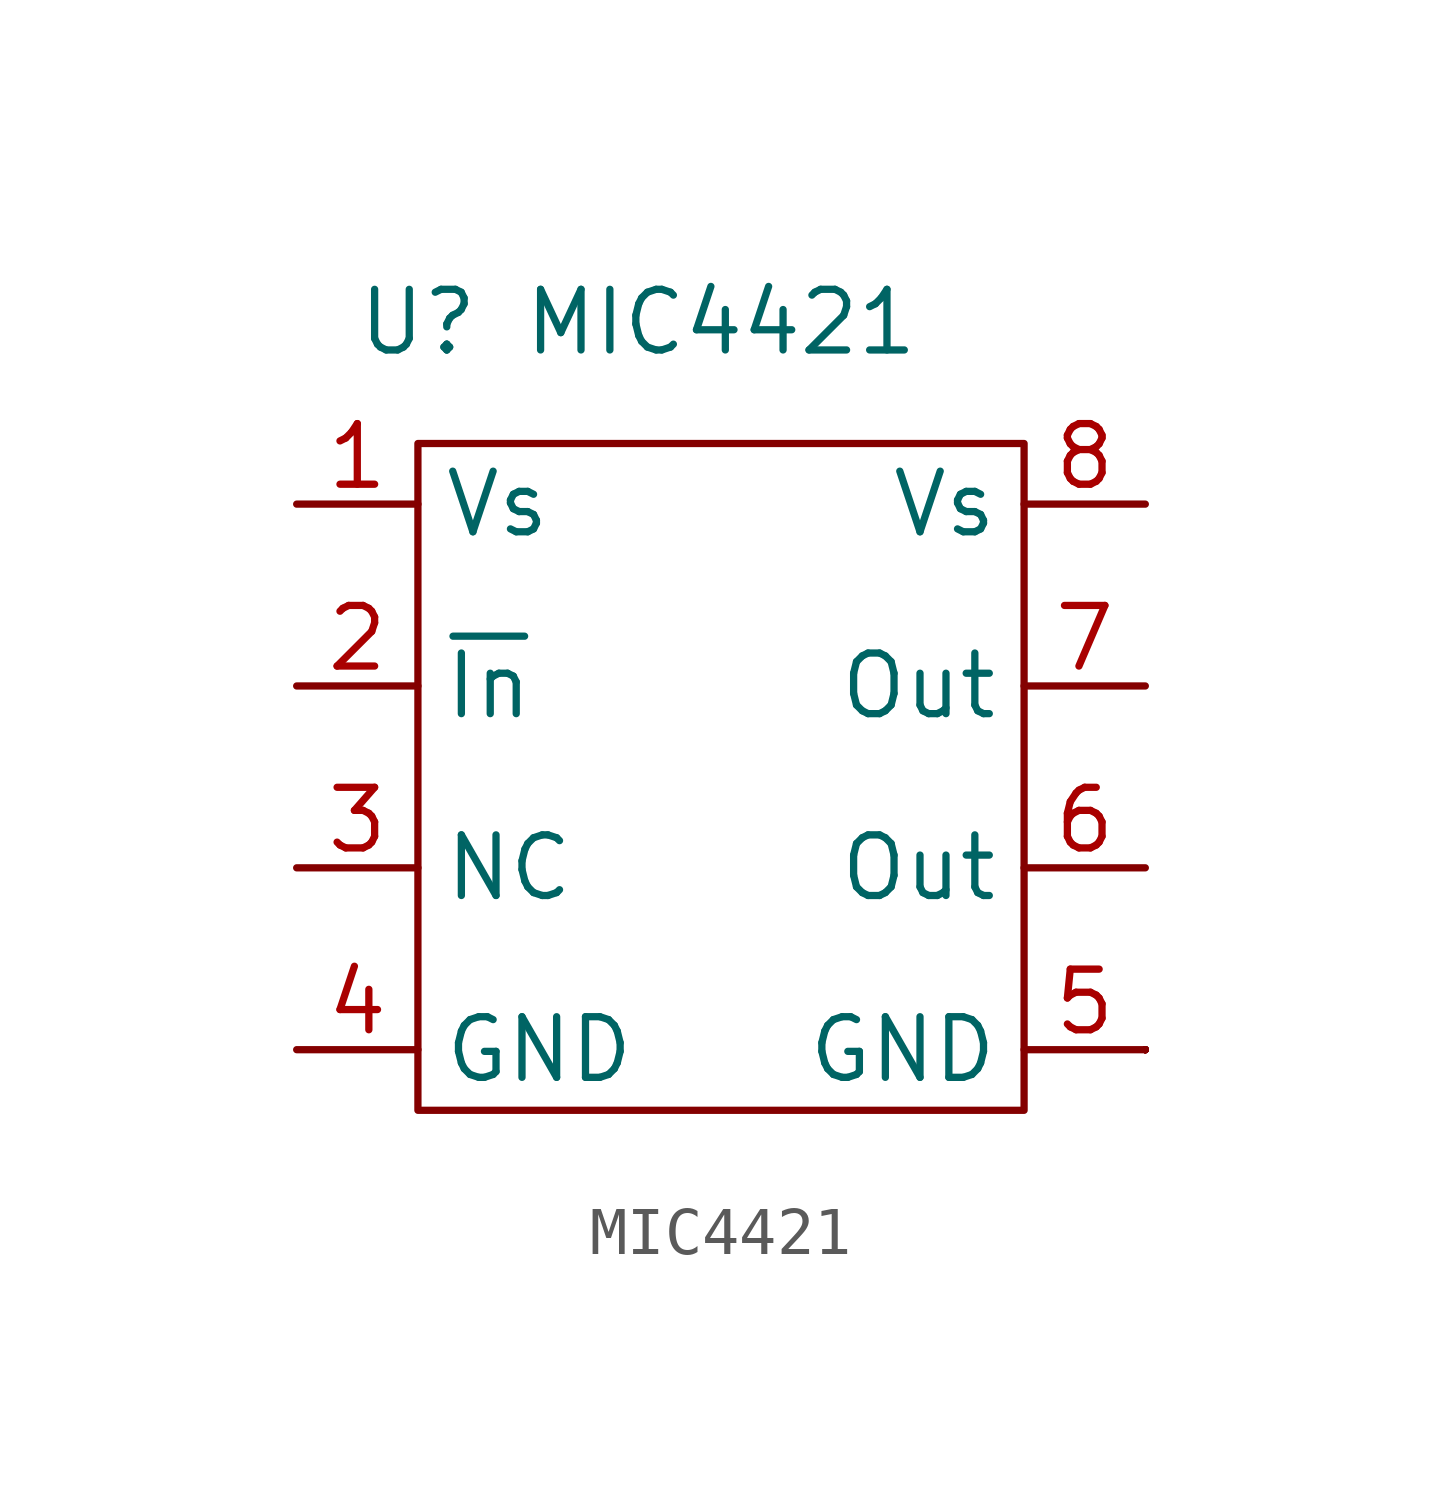
<source format=kicad_sym>
(kicad_symbol_lib
  (version 20211014)
  (generator kicad_symbol_editor)
  (symbol "MIC4421"
    (property "Reference" "U"
      (at -6.35 13.97 0)
      (effects (font (size 1.27 1.27))))
    (property "Value" "MIC4421"
      (at 0 13.97 0)
      (effects (font (size 1.27 1.27))))
    (symbol "MIC4421_0_1"
      (rectangle (start -6.35 11.43) (end 6.35 -2.54) (stroke (width 0) (type default) (color 0 0 0 0)) (fill (type none)))
      (rectangle (start 8.89 -1.27) (end 8.89 -1.27) (stroke (width 0) (type default) (color 0 0 0 0)) (fill (type none)))
      (rectangle (start 8.89 -1.27) (end 8.89 -1.27) (stroke (width 0) (type default) (color 0 0 0 0)) (fill (type none)))
      (rectangle (start 8.89 -1.27) (end 8.89 -1.27) (stroke (width 0) (type default) (color 0 0 0 0)) (fill (type none)))
      (rectangle (start 8.89 -1.27) (end 8.89 -1.27) (stroke (width 0) (type default) (color 0 0 0 0)) (fill (type none)))
      (rectangle (start 8.89 -1.27) (end 8.89 -1.27) (stroke (width 0) (type default) (color 0 0 0 0)) (fill (type none)))
      (rectangle (start 8.89 -1.27) (end 8.89 -1.27) (stroke (width 0) (type default) (color 0 0 0 0)) (fill (type none)))
      (rectangle (start 8.89 -1.27) (end 8.89 -1.27) (stroke (width 0) (type default) (color 0 0 0 0)) (fill (type none)))
      (rectangle (start 8.89 -1.27) (end 8.89 -1.27) (stroke (width 0) (type default) (color 0 0 0 0)) (fill (type none))))
    (symbol "MIC4421_1_1"
      (pin input line (at -8.89 10.16 0) (length 2.54) (name "Vs" (effects (font (size 1.27 1.27)))) (number "1" (effects (font (size 1.27 1.27)))))
      (pin input line (at -8.89 6.35 0) (length 2.54) (name "~{In}" (effects (font (size 1.27 1.27)))) (number "2" (effects (font (size 1.27 1.27)))))
      (pin input line (at -8.89 2.54 0) (length 2.54) (name "NC" (effects (font (size 1.27 1.27)))) (number "3" (effects (font (size 1.27 1.27)))))
      (pin input line (at -8.89 -1.27 0) (length 2.54) (name "GND" (effects (font (size 1.27 1.27)))) (number "4" (effects (font (size 1.27 1.27)))))
      (pin input line (at 8.89 -1.27 180) (length 2.54) (name "GND" (effects (font (size 1.27 1.27)))) (number "5" (effects (font (size 1.27 1.27)))))
      (pin output line (at 8.89 2.54 180) (length 2.54) (name "Out" (effects (font (size 1.27 1.27)))) (number "6" (effects (font (size 1.27 1.27)))))
      (pin output line (at 8.89 6.35 180) (length 2.54) (name "Out" (effects (font (size 1.27 1.27)))) (number "7" (effects (font (size 1.27 1.27)))))
      (pin input line (at 8.89 10.16 180) (length 2.54) (name "Vs" (effects (font (size 1.27 1.27)))) (number "8" (effects (font (size 1.27 1.27))))))))
</source>
